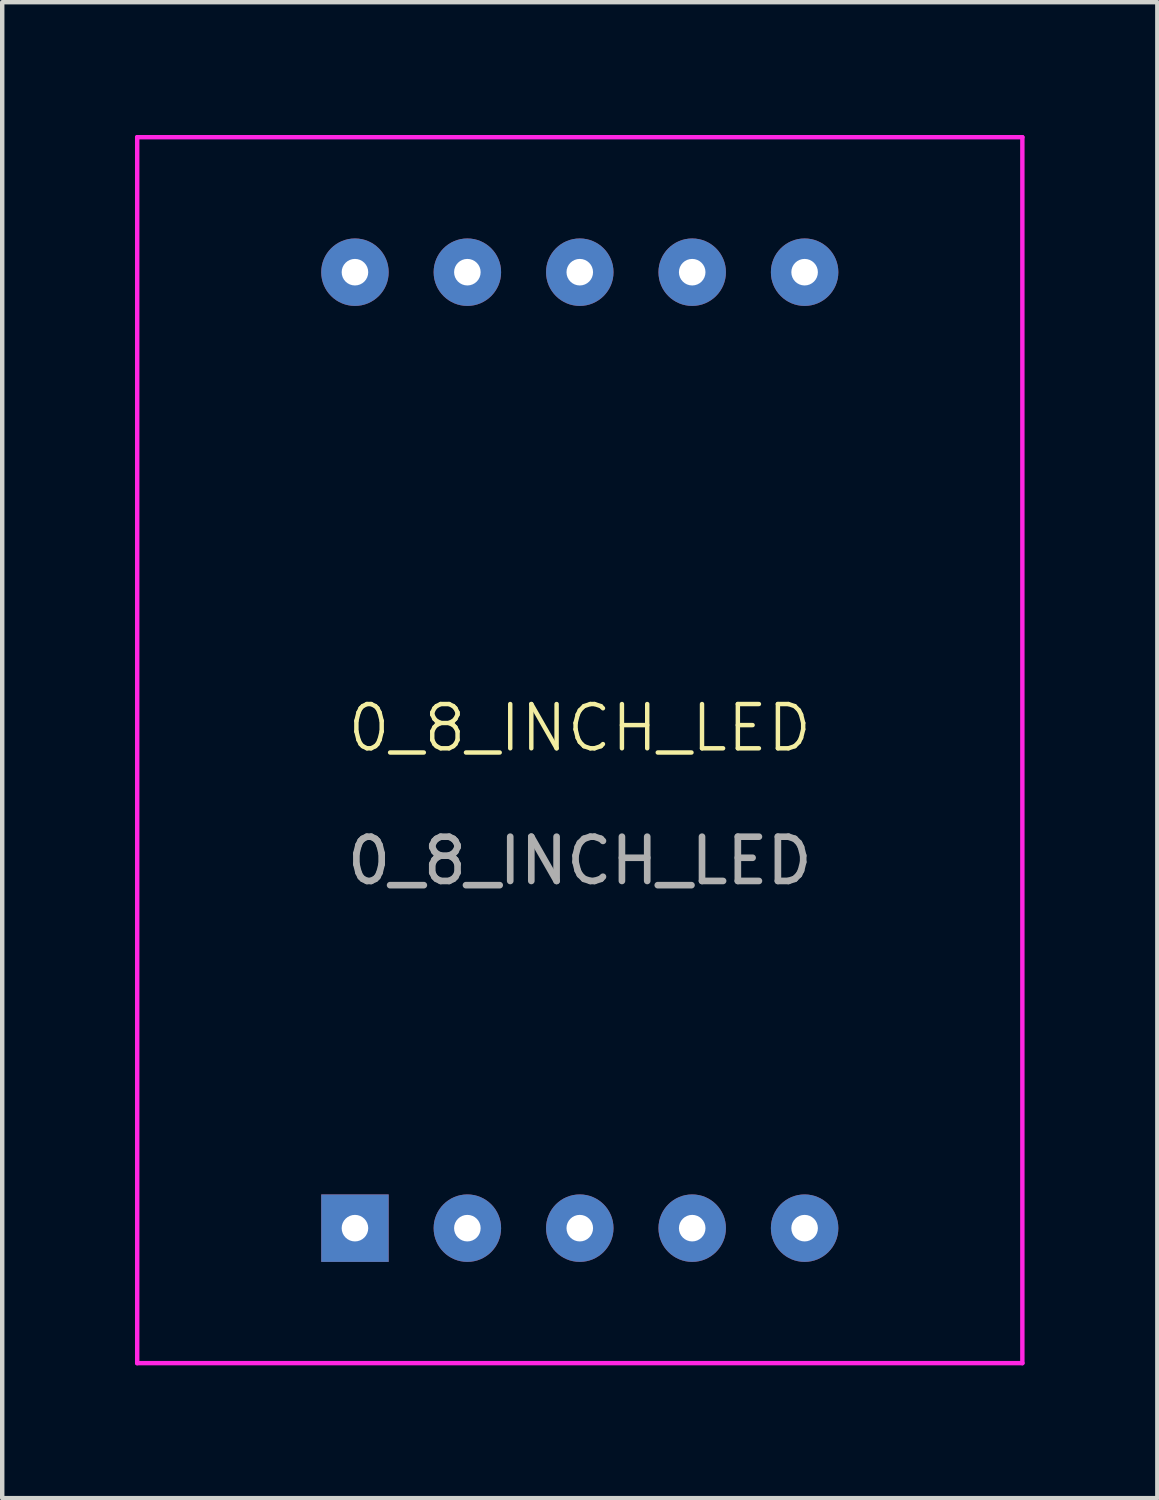
<source format=kicad_pcb>
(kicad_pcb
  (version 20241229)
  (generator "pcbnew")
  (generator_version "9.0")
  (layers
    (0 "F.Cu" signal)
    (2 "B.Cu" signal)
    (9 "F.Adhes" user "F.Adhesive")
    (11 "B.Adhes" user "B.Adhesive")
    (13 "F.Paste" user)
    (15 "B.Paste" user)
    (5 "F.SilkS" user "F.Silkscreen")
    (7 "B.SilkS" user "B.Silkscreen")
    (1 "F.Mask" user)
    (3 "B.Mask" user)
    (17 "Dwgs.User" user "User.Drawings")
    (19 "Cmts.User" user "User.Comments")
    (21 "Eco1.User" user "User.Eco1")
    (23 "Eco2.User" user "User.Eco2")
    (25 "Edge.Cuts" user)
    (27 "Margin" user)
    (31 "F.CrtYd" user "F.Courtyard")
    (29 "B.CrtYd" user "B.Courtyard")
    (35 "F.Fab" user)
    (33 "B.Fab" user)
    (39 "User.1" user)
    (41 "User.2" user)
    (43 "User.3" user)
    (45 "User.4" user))
  (footprint "0_8_INCH_LED"
    (layer "F.Cu")
    (at 10.05 13.9)
    (property "Reference" "0_8_INCH_LED" (at 0 -0.5 0) (unlocked yes) (layer "F.SilkS") (effects (font (size 1 1) (thickness 0.1))))
    (attr through_hole)
    (fp_line (start -10 -13.85) (end 10 -13.85) (stroke (width 0.1) (type default)) (layer "F.CrtYd"))
    (fp_line (start -10 13.85) (end -10 -13.85) (stroke (width 0.1) (type default)) (layer "F.CrtYd"))
    (fp_line (start 10 -13.85) (end 10 13.85) (stroke (width 0.1) (type default)) (layer "F.CrtYd"))
    (fp_line (start 10 13.85) (end -10 13.85) (stroke (width 0.1) (type default)) (layer "F.CrtYd"))
    (fp_text user "${REFERENCE}" (at 0 2.5 0) (unlocked yes) (layer "F.Fab") (effects (font (size 1 1) (thickness 0.15))))
    (pad "1" thru_hole rect (at -5.08 10.8) (size 1.524 1.524) (drill 0.6) (layers "*.Cu" "*.Mask"))
    (pad "2" thru_hole circle (at -2.54 10.8) (size 1.524 1.524) (drill 0.6) (layers "*.Cu" "*.Mask"))
    (pad "3" thru_hole circle (at 0 10.8) (size 1.524 1.524) (drill 0.6) (layers "*.Cu" "*.Mask"))
    (pad "4" thru_hole circle (at 2.54 10.8) (size 1.524 1.524) (drill 0.6) (layers "*.Cu" "*.Mask"))
    (pad "5" thru_hole circle (at 5.08 10.8) (size 1.524 1.524) (drill 0.6) (layers "*.Cu" "*.Mask"))
    (pad "6" thru_hole circle (at 5.08 -10.8) (size 1.524 1.524) (drill 0.6) (layers "*.Cu" "*.Mask"))
    (pad "7" thru_hole circle (at 2.54 -10.8) (size 1.524 1.524) (drill 0.6) (layers "*.Cu" "*.Mask"))
    (pad "8" thru_hole circle (at 0 -10.8) (size 1.524 1.524) (drill 0.6) (layers "*.Cu" "*.Mask"))
    (pad "9" thru_hole circle (at -2.54 -10.8) (size 1.524 1.524) (drill 0.6) (layers "*.Cu" "*.Mask"))
    (pad "10" thru_hole circle (at -5.08 -10.8) (size 1.524 1.524) (drill 0.6) (layers "*.Cu" "*.Mask")))
  (gr_rect
    (start -3 -3)
    (end 23.1 30.8)
    (stroke (width 0.1) (type default))
    (fill no)
    (layer "Edge.Cuts")))
</source>
